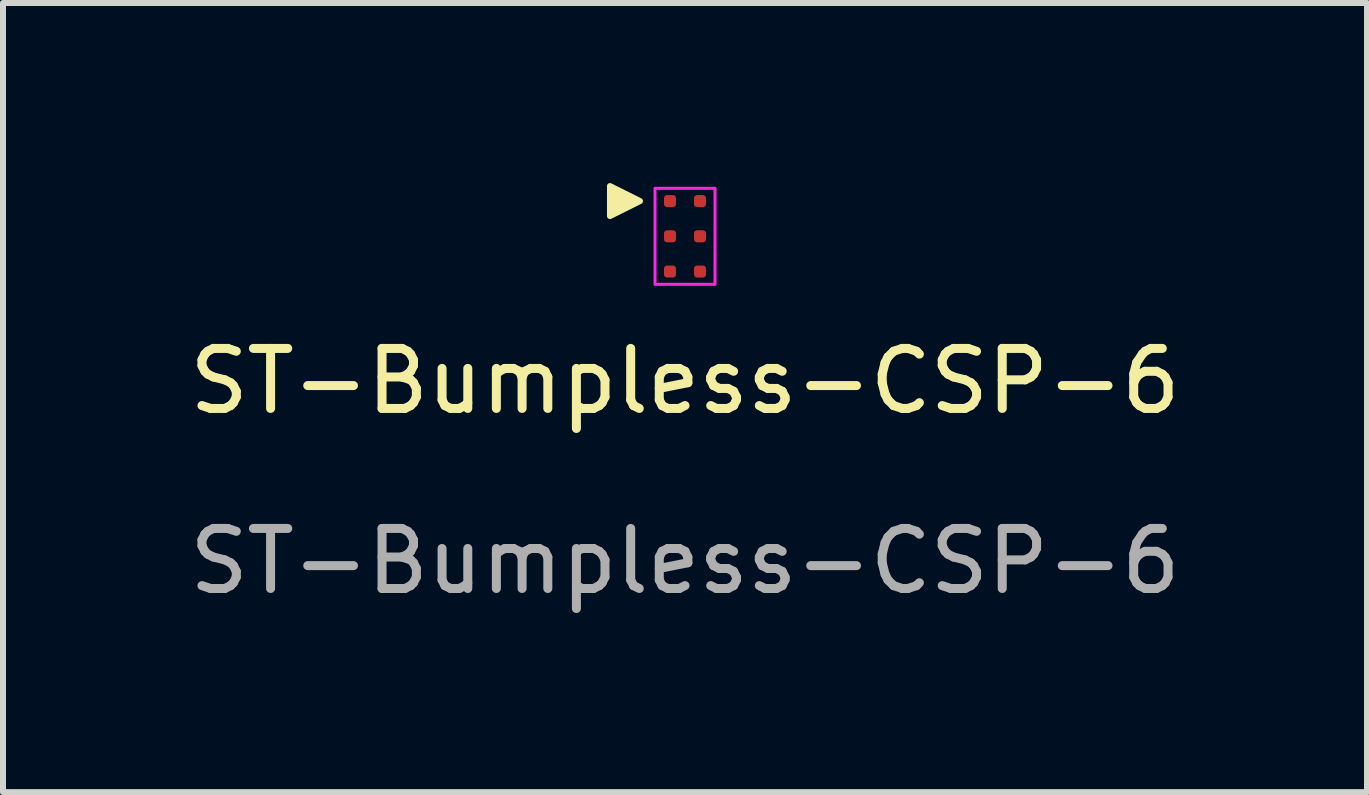
<source format=kicad_pcb>
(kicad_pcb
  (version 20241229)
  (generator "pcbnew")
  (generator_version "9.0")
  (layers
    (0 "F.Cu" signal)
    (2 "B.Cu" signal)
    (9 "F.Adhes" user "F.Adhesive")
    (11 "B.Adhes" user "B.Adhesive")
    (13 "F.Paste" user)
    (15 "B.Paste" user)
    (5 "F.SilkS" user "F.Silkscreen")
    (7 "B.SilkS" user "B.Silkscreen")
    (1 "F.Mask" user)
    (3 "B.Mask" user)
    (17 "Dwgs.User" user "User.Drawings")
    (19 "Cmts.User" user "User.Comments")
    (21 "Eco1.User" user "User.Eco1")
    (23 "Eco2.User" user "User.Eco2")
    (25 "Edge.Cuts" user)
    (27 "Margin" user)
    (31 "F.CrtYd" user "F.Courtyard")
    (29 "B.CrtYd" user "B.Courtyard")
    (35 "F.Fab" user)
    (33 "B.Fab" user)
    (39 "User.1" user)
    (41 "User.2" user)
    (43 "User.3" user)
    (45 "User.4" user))
  (footprint "ST-Bumpless-CSP-6"
    (layer "F.Cu")
    (at 8.113 0.3)
    (property "Reference" "ST-Bumpless-CSP-6" (at 0.25 3 0) (unlocked yes) (layer "F.SilkS") (effects (font (size 1 1) (thickness 0.15))))
    (attr smd)
    (fp_poly (pts (xy -0.5 0) (xy -1 -0.25) (xy -1 0.25)) (stroke (width 0.1) (type solid)) (fill yes) (layer "F.SilkS"))
    (fp_rect (start -0.25 -0.213) (end 0.75 1.387) (stroke (width 0.05) (type default)) (fill no) (layer "F.CrtYd"))
    (fp_text user "${REFERENCE}" (at 0.25 6 0) (unlocked yes) (layer "F.Fab") (effects (font (size 1 1) (thickness 0.15))))
    (pad "1" smd roundrect (at 0 0) (size 0.2 0.2) (layers "F.Cu" "F.Mask" "F.Paste") (roundrect_rratio 0.25))
    (pad "2" smd roundrect (at 0 0.587) (size 0.2 0.2) (layers "F.Cu" "F.Mask" "F.Paste") (roundrect_rratio 0.25))
    (pad "3" smd roundrect (at 0 1.174) (size 0.2 0.2) (layers "F.Cu" "F.Mask" "F.Paste") (roundrect_rratio 0.25))
    (pad "4" smd roundrect (at 0.5 0) (size 0.2 0.2) (layers "F.Cu" "F.Mask" "F.Paste") (roundrect_rratio 0.25))
    (pad "5" smd roundrect (at 0.5 0.587) (size 0.2 0.2) (layers "F.Cu" "F.Mask" "F.Paste") (roundrect_rratio 0.25))
    (pad "6" smd roundrect (at 0.5 1.174) (size 0.2 0.2) (layers "F.Cu" "F.Mask" "F.Paste") (roundrect_rratio 0.25)))
  (gr_rect
    (start -3 -3)
    (end 19.726 10.148)
    (stroke (width 0.1) (type default))
    (fill no)
    (layer "Edge.Cuts")))
</source>
